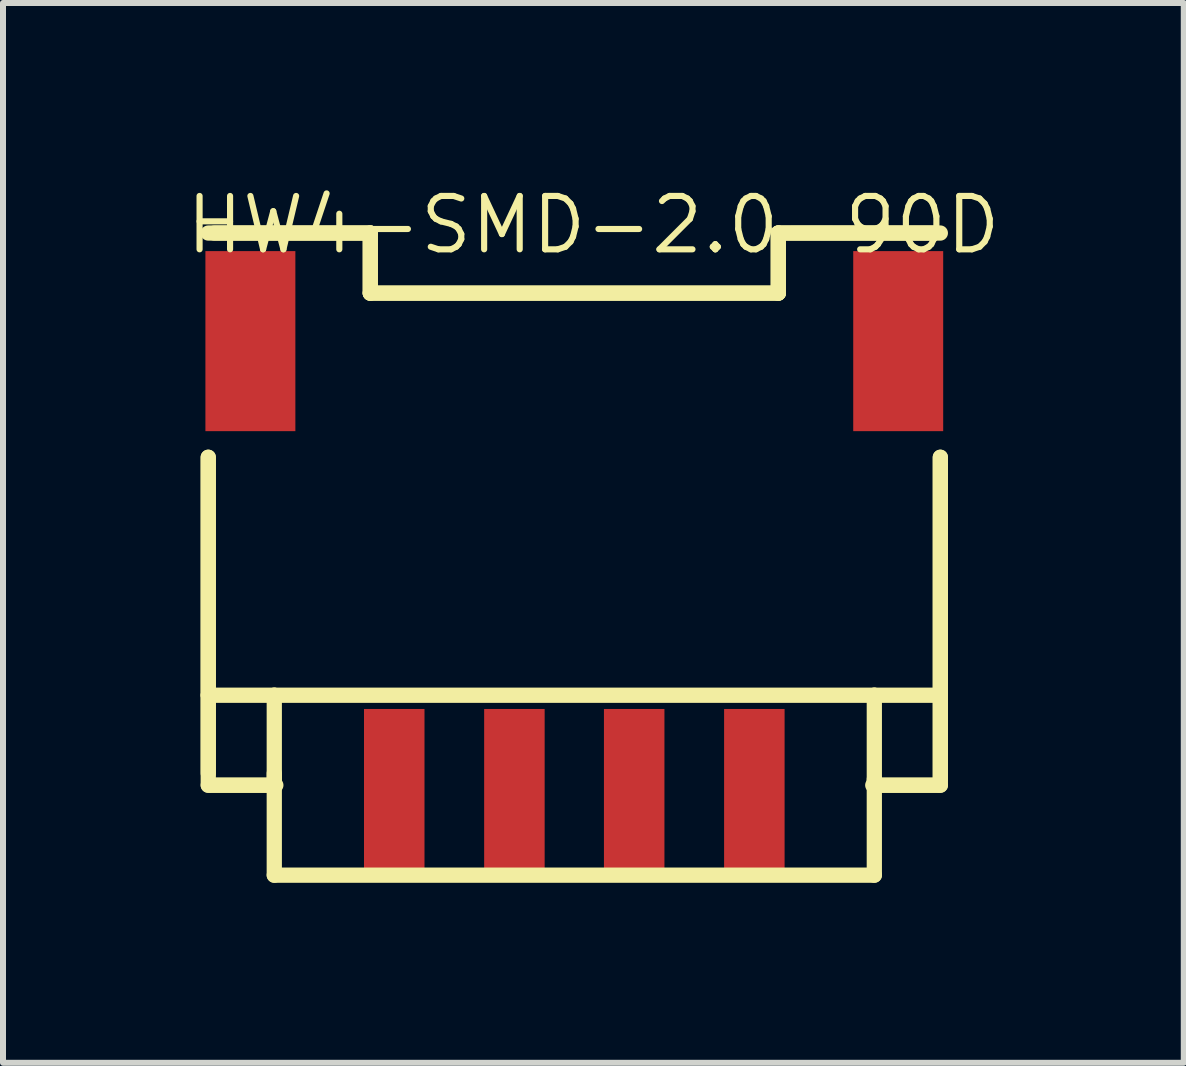
<source format=kicad_pcb>
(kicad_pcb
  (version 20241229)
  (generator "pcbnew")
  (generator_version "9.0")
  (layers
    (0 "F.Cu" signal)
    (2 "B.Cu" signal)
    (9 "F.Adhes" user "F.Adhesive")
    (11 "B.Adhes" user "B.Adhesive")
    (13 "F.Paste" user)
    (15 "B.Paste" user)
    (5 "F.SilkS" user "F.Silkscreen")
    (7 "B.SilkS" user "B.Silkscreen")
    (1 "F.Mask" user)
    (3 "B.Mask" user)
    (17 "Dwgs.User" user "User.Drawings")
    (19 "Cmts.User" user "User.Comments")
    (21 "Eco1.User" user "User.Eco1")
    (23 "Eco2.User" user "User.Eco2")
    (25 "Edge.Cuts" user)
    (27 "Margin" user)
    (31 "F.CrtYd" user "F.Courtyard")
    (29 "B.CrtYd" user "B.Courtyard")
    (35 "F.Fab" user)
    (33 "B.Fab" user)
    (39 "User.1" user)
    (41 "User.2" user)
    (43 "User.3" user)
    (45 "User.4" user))
  (footprint "HW4-SMD-2.0-90D"
    (layer "F.Cu")
    (at 6.519 10.033)
    (property "Reference" "HW4-SMD-2.0-90D" (at 0.318 -9.335 0) (layer "F.SilkS") (effects (font (size 0.889 0.889) (thickness 0.102))))
    (attr smd)
    (fp_line (start -6.099 -9.2) (end -3.399 -9.2) (stroke (width 0.254) (type solid)) (layer "F.SilkS"))
    (fp_line (start -6.099 -5.464) (end -6.099 -0.198) (stroke (width 0.254) (type solid)) (layer "F.SilkS"))
    (fp_line (start -6.099 -1.499) (end -6.099 -5.464) (stroke (width 0.254) (type solid)) (layer "F.SilkS"))
    (fp_line (start -6.099 -1.499) (end -6.099 0) (stroke (width 0.254) (type solid)) (layer "F.SilkS"))
    (fp_line (start -6.099 -1.499) (end -4.999 -1.499) (stroke (width 0.254) (type solid)) (layer "F.SilkS"))
    (fp_line (start -6.099 0) (end -4.999 0) (stroke (width 0.254) (type solid)) (layer "F.SilkS"))
    (fp_line (start -6.053 0) (end -4.973 0) (stroke (width 0.254) (type solid)) (layer "F.SilkS"))
    (fp_line (start -5.999 -9.2) (end -3.399 -9.2) (stroke (width 0.254) (type solid)) (layer "F.SilkS"))
    (fp_line (start -4.999 -1.499) (end 4.999 -1.499) (stroke (width 0.254) (type solid)) (layer "F.SilkS"))
    (fp_line (start -4.999 0) (end -4.999 -1.499) (stroke (width 0.254) (type solid)) (layer "F.SilkS"))
    (fp_line (start -4.999 1.499) (end -4.999 -0.198) (stroke (width 0.254) (type solid)) (layer "F.SilkS"))
    (fp_line (start -3.399 -9.2) (end -3.399 -8.199) (stroke (width 0.254) (type solid)) (layer "F.SilkS"))
    (fp_line (start -3.399 -9.2) (end -3.399 -8.199) (stroke (width 0.254) (type solid)) (layer "F.SilkS"))
    (fp_line (start -3.399 -8.199) (end 3.399 -8.199) (stroke (width 0.254) (type solid)) (layer "F.SilkS"))
    (fp_line (start -3.399 -8.199) (end 3.399 -8.199) (stroke (width 0.254) (type solid)) (layer "F.SilkS"))
    (fp_line (start 3.399 -9.2) (end 5.999 -9.2) (stroke (width 0.254) (type solid)) (layer "F.SilkS"))
    (fp_line (start 3.399 -9.2) (end 6.099 -9.2) (stroke (width 0.254) (type solid)) (layer "F.SilkS"))
    (fp_line (start 3.399 -8.199) (end 3.399 -9.2) (stroke (width 0.254) (type solid)) (layer "F.SilkS"))
    (fp_line (start 3.399 -8.199) (end 3.399 -9.2) (stroke (width 0.254) (type solid)) (layer "F.SilkS"))
    (fp_line (start 4.973 0) (end 6.053 0) (stroke (width 0.254) (type solid)) (layer "F.SilkS"))
    (fp_line (start 4.999 -1.499) (end 4.999 0) (stroke (width 0.254) (type solid)) (layer "F.SilkS"))
    (fp_line (start 4.999 -1.499) (end 6.099 -1.499) (stroke (width 0.254) (type solid)) (layer "F.SilkS"))
    (fp_line (start 4.999 -0.099) (end 4.999 1.499) (stroke (width 0.254) (type solid)) (layer "F.SilkS"))
    (fp_line (start 4.999 0) (end 6.099 0) (stroke (width 0.254) (type solid)) (layer "F.SilkS"))
    (fp_line (start 4.999 1.499) (end -4.999 1.499) (stroke (width 0.254) (type solid)) (layer "F.SilkS"))
    (fp_line (start 6.099 -5.464) (end 6.099 -0.099) (stroke (width 0.254) (type solid)) (layer "F.SilkS"))
    (fp_line (start 6.099 -1.499) (end 6.099 -5.464) (stroke (width 0.254) (type solid)) (layer "F.SilkS"))
    (fp_line (start 6.099 0) (end 6.099 -1.499) (stroke (width 0.254) (type solid)) (layer "F.SilkS"))
    (pad "1" smd rect (at -3 0.099 90) (size 2.738 1.008) (layers "F.Cu" "F.Mask" "F.Paste"))
    (pad "2" smd rect (at -0.998 0.099 90) (size 2.738 1.008) (layers "F.Cu" "F.Mask" "F.Paste"))
    (pad "3" smd rect (at 0.998 0.099 90) (size 2.738 1.008) (layers "F.Cu" "F.Mask" "F.Paste"))
    (pad "4" smd rect (at 3 0.099 90) (size 2.738 1.008) (layers "F.Cu" "F.Mask" "F.Paste"))
    (pad "SS1" smd rect (at -5.397 -7.399 90) (size 3 1.499) (layers "F.Cu" "F.Mask" "F.Paste"))
    (pad "SS2" smd rect (at 5.397 -7.399 90) (size 3 1.499) (layers "F.Cu" "F.Mask" "F.Paste")))
  (gr_rect
    (start -3 -3)
    (end 16.674 14.658)
    (stroke (width 0.1) (type default))
    (fill no)
    (layer "Edge.Cuts")))
</source>
